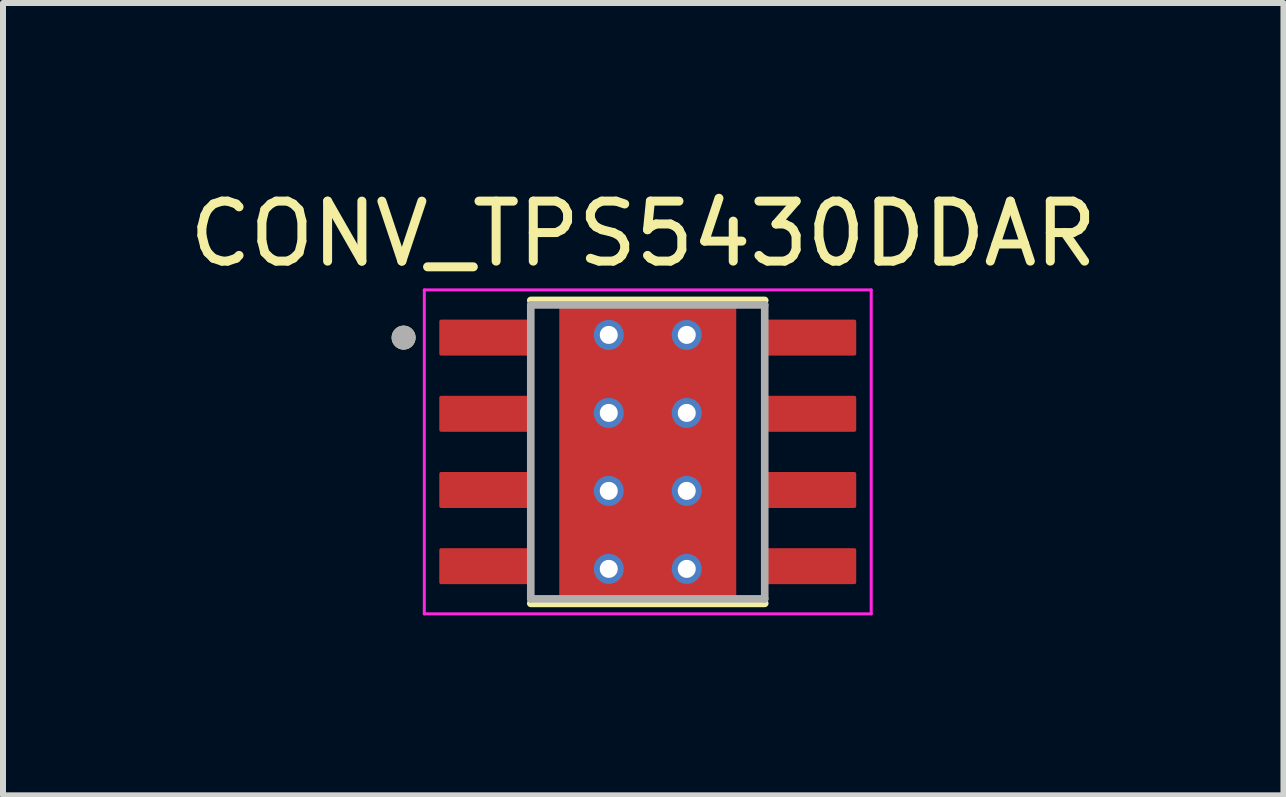
<source format=kicad_pcb>
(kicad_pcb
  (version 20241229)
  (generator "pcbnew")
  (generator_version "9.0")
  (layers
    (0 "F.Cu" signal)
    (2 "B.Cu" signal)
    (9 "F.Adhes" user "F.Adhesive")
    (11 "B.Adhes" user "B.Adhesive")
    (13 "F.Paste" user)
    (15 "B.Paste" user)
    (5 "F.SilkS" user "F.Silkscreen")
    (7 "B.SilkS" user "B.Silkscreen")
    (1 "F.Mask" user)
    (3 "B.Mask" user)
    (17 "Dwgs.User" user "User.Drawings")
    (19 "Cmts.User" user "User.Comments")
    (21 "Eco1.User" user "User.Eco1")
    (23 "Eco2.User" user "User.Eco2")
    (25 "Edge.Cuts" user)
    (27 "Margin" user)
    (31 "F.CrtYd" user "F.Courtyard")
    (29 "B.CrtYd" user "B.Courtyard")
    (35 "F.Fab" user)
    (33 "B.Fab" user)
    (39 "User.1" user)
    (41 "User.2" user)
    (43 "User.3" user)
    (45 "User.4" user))
  (footprint "CONV_TPS5430DDAR"
    (layer "F.Cu")
    (at 7.748 4.483)
    (property "Reference" "CONV_TPS5430DDAR" (at -0.075 -3.635 0) (layer "F.SilkS") (effects (font (size 1 1) (thickness 0.15))))
    (attr smd)
    (fp_line (start -1.95 -2.525) (end 1.95 -2.525) (stroke (width 0.127) (type solid)) (layer "F.SilkS"))
    (fp_line (start -1.95 2.525) (end 1.95 2.525) (stroke (width 0.127) (type solid)) (layer "F.SilkS"))
    (fp_circle (center -4.07 -1.905) (end -3.97 -1.905) (stroke (width 0.2) (type solid)) (fill no) (layer "F.SilkS"))
    (fp_line (start -3.725 -2.7) (end -3.725 2.7) (stroke (width 0.05) (type solid)) (layer "F.CrtYd"))
    (fp_line (start -3.725 -2.7) (end 3.725 -2.7) (stroke (width 0.05) (type solid)) (layer "F.CrtYd"))
    (fp_line (start -3.725 2.7) (end 3.725 2.7) (stroke (width 0.05) (type solid)) (layer "F.CrtYd"))
    (fp_line (start 3.725 -2.7) (end 3.725 2.7) (stroke (width 0.05) (type solid)) (layer "F.CrtYd"))
    (fp_line (start -1.95 -2.45) (end -1.95 2.45) (stroke (width 0.127) (type solid)) (layer "F.Fab"))
    (fp_line (start -1.95 -2.45) (end 1.95 -2.45) (stroke (width 0.127) (type solid)) (layer "F.Fab"))
    (fp_line (start -1.95 2.45) (end 1.95 2.45) (stroke (width 0.127) (type solid)) (layer "F.Fab"))
    (fp_line (start 1.95 -2.45) (end 1.95 2.45) (stroke (width 0.127) (type solid)) (layer "F.Fab"))
    (fp_circle (center -4.07 -1.905) (end -3.97 -1.905) (stroke (width 0.2) (type solid)) (fill no) (layer "F.Fab"))
    (pad "1" smd roundrect (at -2.7 -1.905) (size 1.55 0.6) (layers "F.Cu" "F.Mask" "F.Paste") (roundrect_rratio 0.05))
    (pad "2" smd roundrect (at -2.7 -0.635) (size 1.55 0.6) (layers "F.Cu" "F.Mask" "F.Paste") (roundrect_rratio 0.05))
    (pad "3" smd roundrect (at -2.7 0.635) (size 1.55 0.6) (layers "F.Cu" "F.Mask" "F.Paste") (roundrect_rratio 0.05))
    (pad "4" smd roundrect (at -2.7 1.905) (size 1.55 0.6) (layers "F.Cu" "F.Mask" "F.Paste") (roundrect_rratio 0.05))
    (pad "5" smd roundrect (at 2.7 1.905) (size 1.55 0.6) (layers "F.Cu" "F.Mask" "F.Paste") (roundrect_rratio 0.05))
    (pad "6" smd roundrect (at 2.7 0.635) (size 1.55 0.6) (layers "F.Cu" "F.Mask" "F.Paste") (roundrect_rratio 0.05))
    (pad "7" smd roundrect (at 2.7 -0.635) (size 1.55 0.6) (layers "F.Cu" "F.Mask" "F.Paste") (roundrect_rratio 0.05))
    (pad "8" smd roundrect (at 2.7 -1.905) (size 1.55 0.6) (layers "F.Cu" "F.Mask" "F.Paste") (roundrect_rratio 0.05))
    (pad "9" thru_hole circle (at -0.65 -1.95) (size 0.5 0.5) (drill 0.3) (layers "*.Cu"))
    (pad "9" thru_hole circle (at -0.65 -0.65) (size 0.5 0.5) (drill 0.3) (layers "*.Cu"))
    (pad "9" thru_hole circle (at -0.65 0.65) (size 0.5 0.5) (drill 0.3) (layers "*.Cu"))
    (pad "9" thru_hole circle (at -0.65 1.95) (size 0.5 0.5) (drill 0.3) (layers "*.Cu"))
    (pad "9" smd rect (at 0 0) (size 2.95 4.9) (layers "F.Cu" "F.Mask" "F.Paste"))
    (pad "9" thru_hole circle (at 0.65 -1.95) (size 0.5 0.5) (drill 0.3) (layers "*.Cu"))
    (pad "9" thru_hole circle (at 0.65 -0.65) (size 0.5 0.5) (drill 0.3) (layers "*.Cu"))
    (pad "9" thru_hole circle (at 0.65 0.65) (size 0.5 0.5) (drill 0.3) (layers "*.Cu"))
    (pad "9" thru_hole circle (at 0.65 1.95) (size 0.5 0.5) (drill 0.3) (layers "*.Cu")))
  (gr_rect
    (start -3 -3)
    (end 18.345 10.208)
    (stroke (width 0.1) (type default))
    (fill no)
    (layer "Edge.Cuts")))
</source>
